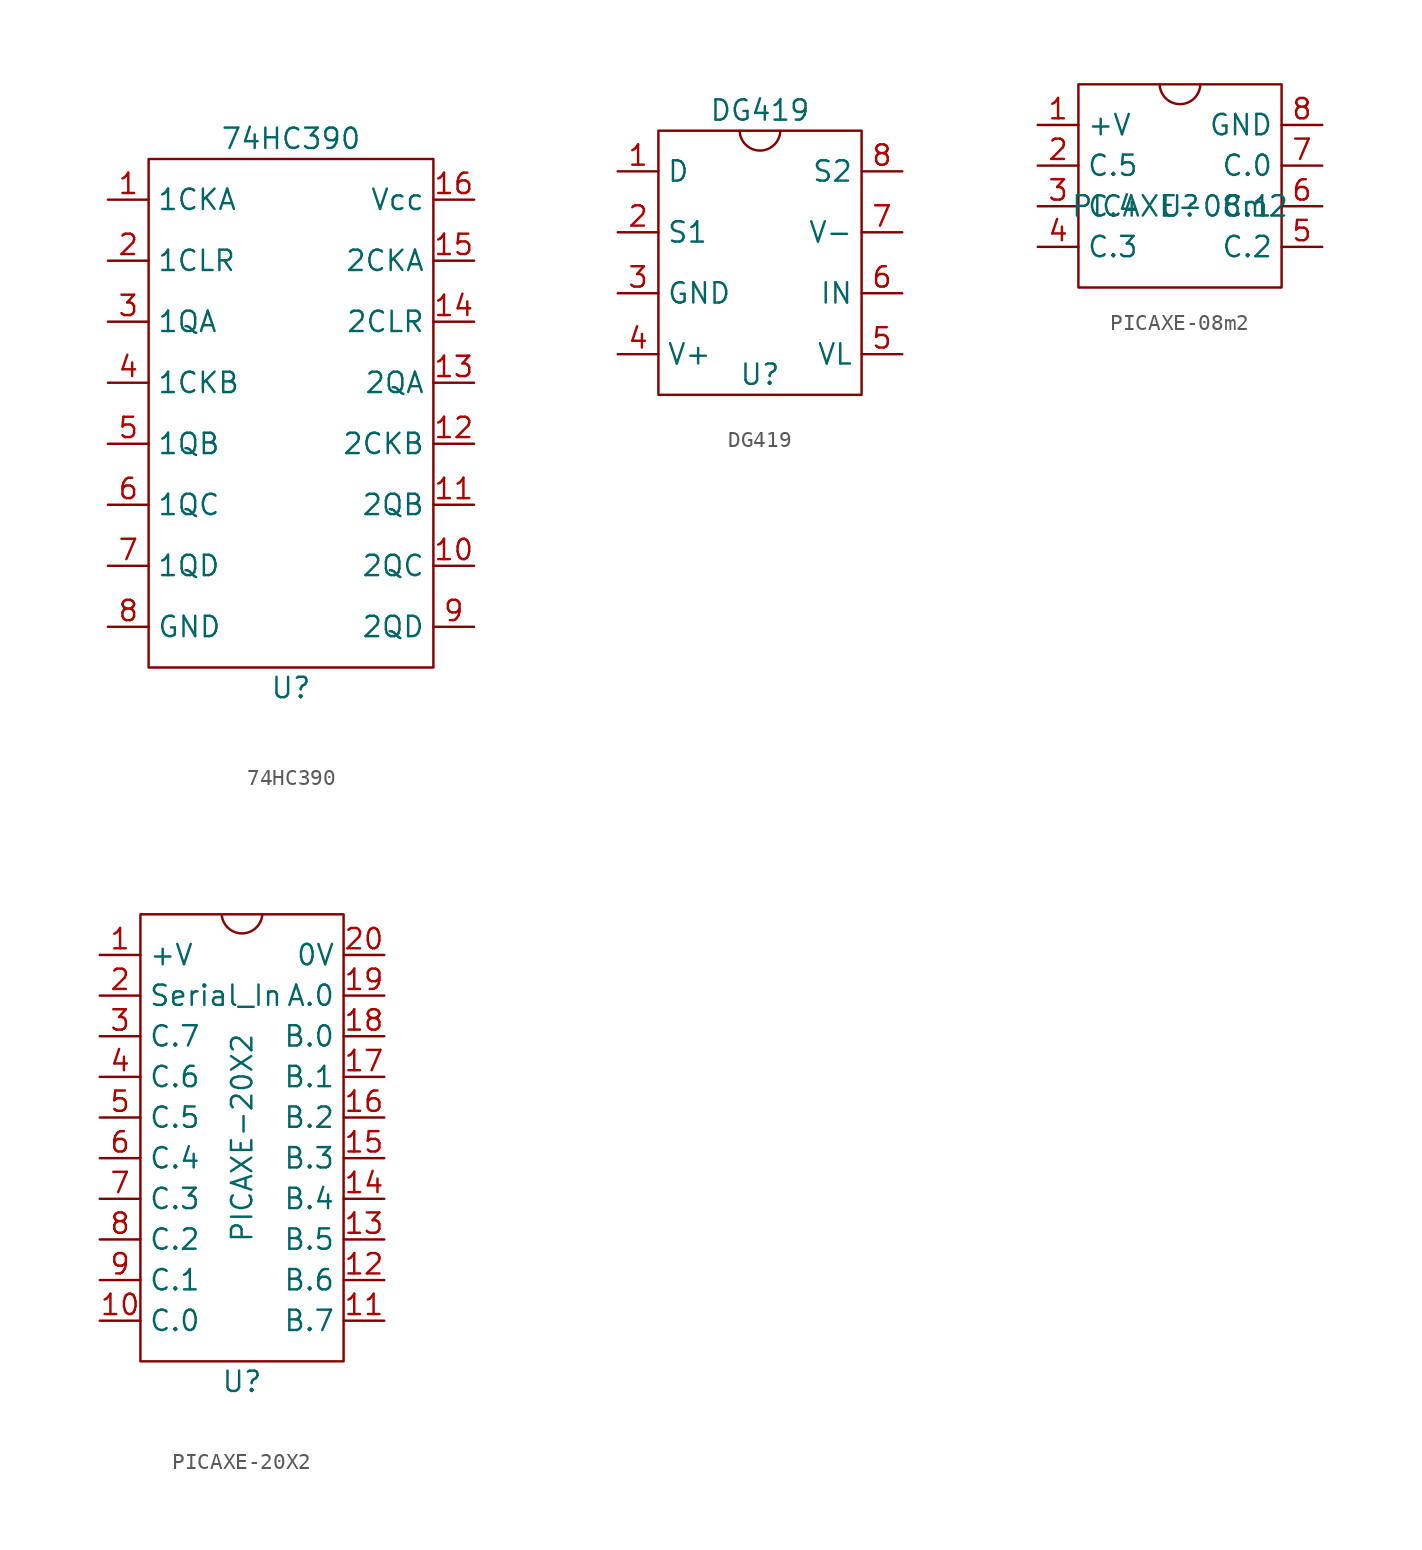
<source format=kicad_sym>
(kicad_symbol_lib
  (version 20211014)
  (generator kicad_symbol_editor)
  (symbol "74HC390"
    (property "Reference" "U"
      (at -15.24 -24.13 0)
      (effects (font (size 1.27 1.27))))
    (property "Value" "74HC390"
      (at -15.24 10.16 0)
      (effects (font (size 1.27 1.27))))
    (symbol "74HC390_0_1"
      (rectangle (start -24.13 8.89) (end -6.35 -22.86) (stroke (width 0) (type default) (color 0 0 0 0)) (fill (type none))))
    (symbol "74HC390_1_1"
      (pin bidirectional line (at -26.67 6.35 0) (length 2.54) (name "1CKA" (effects (font (size 1.27 1.27)))) (number "1" (effects (font (size 1.27 1.27)))))
      (pin bidirectional line (at -3.81 -16.51 180) (length 2.54) (name "2QC" (effects (font (size 1.27 1.27)))) (number "10" (effects (font (size 1.27 1.27)))))
      (pin bidirectional line (at -3.81 -12.7 180) (length 2.54) (name "2QB" (effects (font (size 1.27 1.27)))) (number "11" (effects (font (size 1.27 1.27)))))
      (pin bidirectional line (at -3.81 -8.89 180) (length 2.54) (name "2CKB" (effects (font (size 1.27 1.27)))) (number "12" (effects (font (size 1.27 1.27)))))
      (pin bidirectional line (at -3.81 -5.08 180) (length 2.54) (name "2QA" (effects (font (size 1.27 1.27)))) (number "13" (effects (font (size 1.27 1.27)))))
      (pin bidirectional line (at -3.81 -1.27 180) (length 2.54) (name "2CLR" (effects (font (size 1.27 1.27)))) (number "14" (effects (font (size 1.27 1.27)))))
      (pin bidirectional line (at -3.81 2.54 180) (length 2.54) (name "2CKA" (effects (font (size 1.27 1.27)))) (number "15" (effects (font (size 1.27 1.27)))))
      (pin bidirectional line (at -3.81 6.35 180) (length 2.54) (name "Vcc" (effects (font (size 1.27 1.27)))) (number "16" (effects (font (size 1.27 1.27)))))
      (pin bidirectional line (at -26.67 2.54 0) (length 2.54) (name "1CLR" (effects (font (size 1.27 1.27)))) (number "2" (effects (font (size 1.27 1.27)))))
      (pin bidirectional line (at -26.67 -1.27 0) (length 2.54) (name "1QA" (effects (font (size 1.27 1.27)))) (number "3" (effects (font (size 1.27 1.27)))))
      (pin bidirectional line (at -26.67 -5.08 0) (length 2.54) (name "1CKB" (effects (font (size 1.27 1.27)))) (number "4" (effects (font (size 1.27 1.27)))))
      (pin bidirectional line (at -26.67 -8.89 0) (length 2.54) (name "1QB" (effects (font (size 1.27 1.27)))) (number "5" (effects (font (size 1.27 1.27)))))
      (pin bidirectional line (at -26.67 -12.7 0) (length 2.54) (name "1QC" (effects (font (size 1.27 1.27)))) (number "6" (effects (font (size 1.27 1.27)))))
      (pin bidirectional line (at -26.67 -16.51 0) (length 2.54) (name "1QD" (effects (font (size 1.27 1.27)))) (number "7" (effects (font (size 1.27 1.27)))))
      (pin bidirectional line (at -26.67 -20.32 0) (length 2.54) (name "GND" (effects (font (size 1.27 1.27)))) (number "8" (effects (font (size 1.27 1.27)))))
      (pin bidirectional line (at -3.81 -20.32 180) (length 2.54) (name "2QD" (effects (font (size 1.27 1.27)))) (number "9" (effects (font (size 1.27 1.27)))))))
  (symbol "DG419"
    (property "Reference" "U"
      (at 0 -7.62 0)
      (effects (font (size 1.27 1.27))))
    (property "Value" "DG419"
      (at 0 8.89 0)
      (effects (font (size 1.27 1.27))))
    (symbol "DG419_0_1"
      (rectangle (start -6.35 7.62) (end 6.35 -8.89) (stroke (width 0) (type default) (color 0 0 0 0)) (fill (type none)))
      (arc (start -1.27 7.62) (mid 0 6.3773) (end 1.27 7.62) (stroke (width 0) (type default) (color 0 0 0 0)) (fill (type none))))
    (symbol "DG419_1_1"
      (pin bidirectional line (at -8.89 5.08 0) (length 2.54) (name "D" (effects (font (size 1.27 1.27)))) (number "1" (effects (font (size 1.27 1.27)))))
      (pin bidirectional line (at -8.89 1.27 0) (length 2.54) (name "S1" (effects (font (size 1.27 1.27)))) (number "2" (effects (font (size 1.27 1.27)))))
      (pin power_out line (at -8.89 -2.54 0) (length 2.54) (name "GND" (effects (font (size 1.27 1.27)))) (number "3" (effects (font (size 1.27 1.27)))))
      (pin power_in line (at -8.89 -6.35 0) (length 2.54) (name "V+" (effects (font (size 1.27 1.27)))) (number "4" (effects (font (size 1.27 1.27)))))
      (pin power_in line (at 8.89 -6.35 180) (length 2.54) (name "VL" (effects (font (size 1.27 1.27)))) (number "5" (effects (font (size 1.27 1.27)))))
      (pin input line (at 8.89 -2.54 180) (length 2.54) (name "IN" (effects (font (size 1.27 1.27)))) (number "6" (effects (font (size 1.27 1.27)))))
      (pin power_in line (at 8.89 1.27 180) (length 2.54) (name "V-" (effects (font (size 1.27 1.27)))) (number "7" (effects (font (size 1.27 1.27)))))
      (pin bidirectional line (at 8.89 5.08 180) (length 2.54) (name "S2" (effects (font (size 1.27 1.27)))) (number "8" (effects (font (size 1.27 1.27)))))))
  (symbol "PICAXE-08m2"
    (property "Reference" "U"
      (at 0 0 0)
      (effects (font (size 1.27 1.27))))
    (property "Value" "PICAXE-08m2"
      (at 0 0 0)
      (effects (font (size 1.27 1.27))))
    (symbol "PICAXE-08m2_0_1"
      (rectangle (start -6.35 7.62) (end 6.35 -5.08) (stroke (width 0) (type default) (color 0 0 0 0)) (fill (type none)))
      (arc (start -1.27 7.62) (mid 0 6.3815) (end 1.27 7.62) (stroke (width 0) (type default) (color 0 0 0 0)) (fill (type none))))
    (symbol "PICAXE-08m2_1_1"
      (pin power_in line (at -8.89 5.08 0) (length 2.54) (name "+V" (effects (font (size 1.27 1.27)))) (number "1" (effects (font (size 1.27 1.27)))))
      (pin bidirectional line (at -8.89 2.54 0) (length 2.54) (name "C.5" (effects (font (size 1.27 1.27)))) (number "2" (effects (font (size 1.27 1.27)))))
      (pin bidirectional line (at -8.89 0 0) (length 2.54) (name "C.4" (effects (font (size 1.27 1.27)))) (number "3" (effects (font (size 1.27 1.27)))))
      (pin bidirectional line (at -8.89 -2.54 0) (length 2.54) (name "C.3" (effects (font (size 1.27 1.27)))) (number "4" (effects (font (size 1.27 1.27)))))
      (pin bidirectional line (at 8.89 -2.54 180) (length 2.54) (name "C.2" (effects (font (size 1.27 1.27)))) (number "5" (effects (font (size 1.27 1.27)))))
      (pin bidirectional line (at 8.89 0 180) (length 2.54) (name "C.1" (effects (font (size 1.27 1.27)))) (number "6" (effects (font (size 1.27 1.27)))))
      (pin bidirectional line (at 8.89 2.54 180) (length 2.54) (name "C.0" (effects (font (size 1.27 1.27)))) (number "7" (effects (font (size 1.27 1.27)))))
      (pin power_out line (at 8.89 5.08 180) (length 2.54) (name "GND" (effects (font (size 1.27 1.27)))) (number "8" (effects (font (size 1.27 1.27)))))))
  (symbol "PICAXE-20X2"
    (property "Reference" "U"
      (at 0 -15.24 0)
      (effects (font (size 1.27 1.27))))
    (property "Value" "PICAXE-20X2"
      (at 0 0 90)
      (effects (font (size 1.27 1.27))))
    (symbol "PICAXE-20X2_0_1"
      (rectangle (start -6.35 13.97) (end 6.35 -13.97) (stroke (width 0) (type default) (color 0 0 0 0)) (fill (type none)))
      (arc (start -1.27 13.97) (mid 0 12.7772) (end 1.27 13.97) (stroke (width 0) (type default) (color 0 0 0 0)) (fill (type none))))
    (symbol "PICAXE-20X2_1_1"
      (pin power_in line (at -8.89 11.43 0) (length 2.54) (name "+V" (effects (font (size 1.27 1.27)))) (number "1" (effects (font (size 1.27 1.27)))))
      (pin bidirectional line (at -8.89 -11.43 0) (length 2.54) (name "C.0" (effects (font (size 1.27 1.27)))) (number "10" (effects (font (size 1.27 1.27)))))
      (pin bidirectional line (at 8.89 -11.43 180) (length 2.54) (name "B.7" (effects (font (size 1.27 1.27)))) (number "11" (effects (font (size 1.27 1.27)))))
      (pin bidirectional line (at 8.89 -8.89 180) (length 2.54) (name "B.6" (effects (font (size 1.27 1.27)))) (number "12" (effects (font (size 1.27 1.27)))))
      (pin bidirectional line (at 8.89 -6.35 180) (length 2.54) (name "B.5" (effects (font (size 1.27 1.27)))) (number "13" (effects (font (size 1.27 1.27)))))
      (pin bidirectional line (at 8.89 -3.81 180) (length 2.54) (name "B.4" (effects (font (size 1.27 1.27)))) (number "14" (effects (font (size 1.27 1.27)))))
      (pin bidirectional line (at 8.89 -1.27 180) (length 2.54) (name "B.3" (effects (font (size 1.27 1.27)))) (number "15" (effects (font (size 1.27 1.27)))))
      (pin bidirectional line (at 8.89 1.27 180) (length 2.54) (name "B.2" (effects (font (size 1.27 1.27)))) (number "16" (effects (font (size 1.27 1.27)))))
      (pin bidirectional line (at 8.89 3.81 180) (length 2.54) (name "B.1" (effects (font (size 1.27 1.27)))) (number "17" (effects (font (size 1.27 1.27)))))
      (pin bidirectional line (at 8.89 6.35 180) (length 2.54) (name "B.0" (effects (font (size 1.27 1.27)))) (number "18" (effects (font (size 1.27 1.27)))))
      (pin bidirectional line (at 8.89 8.89 180) (length 2.54) (name "A.0" (effects (font (size 1.27 1.27)))) (number "19" (effects (font (size 1.27 1.27)))))
      (pin input line (at -8.89 8.89 0) (length 2.54) (name "Serial_In" (effects (font (size 1.27 1.27)))) (number "2" (effects (font (size 1.27 1.27)))))
      (pin power_out line (at 8.89 11.43 180) (length 2.54) (name "0V" (effects (font (size 1.27 1.27)))) (number "20" (effects (font (size 1.27 1.27)))))
      (pin bidirectional line (at -8.89 6.35 0) (length 2.54) (name "C.7" (effects (font (size 1.27 1.27)))) (number "3" (effects (font (size 1.27 1.27)))))
      (pin bidirectional line (at -8.89 3.81 0) (length 2.54) (name "C.6" (effects (font (size 1.27 1.27)))) (number "4" (effects (font (size 1.27 1.27)))))
      (pin bidirectional line (at -8.89 1.27 0) (length 2.54) (name "C.5" (effects (font (size 1.27 1.27)))) (number "5" (effects (font (size 1.27 1.27)))))
      (pin bidirectional line (at -8.89 -1.27 0) (length 2.54) (name "C.4" (effects (font (size 1.27 1.27)))) (number "6" (effects (font (size 1.27 1.27)))))
      (pin bidirectional line (at -8.89 -3.81 0) (length 2.54) (name "C.3" (effects (font (size 1.27 1.27)))) (number "7" (effects (font (size 1.27 1.27)))))
      (pin bidirectional line (at -8.89 -6.35 0) (length 2.54) (name "C.2" (effects (font (size 1.27 1.27)))) (number "8" (effects (font (size 1.27 1.27)))))
      (pin bidirectional line (at -8.89 -8.89 0) (length 2.54) (name "C.1" (effects (font (size 1.27 1.27)))) (number "9" (effects (font (size 1.27 1.27))))))))
</source>
